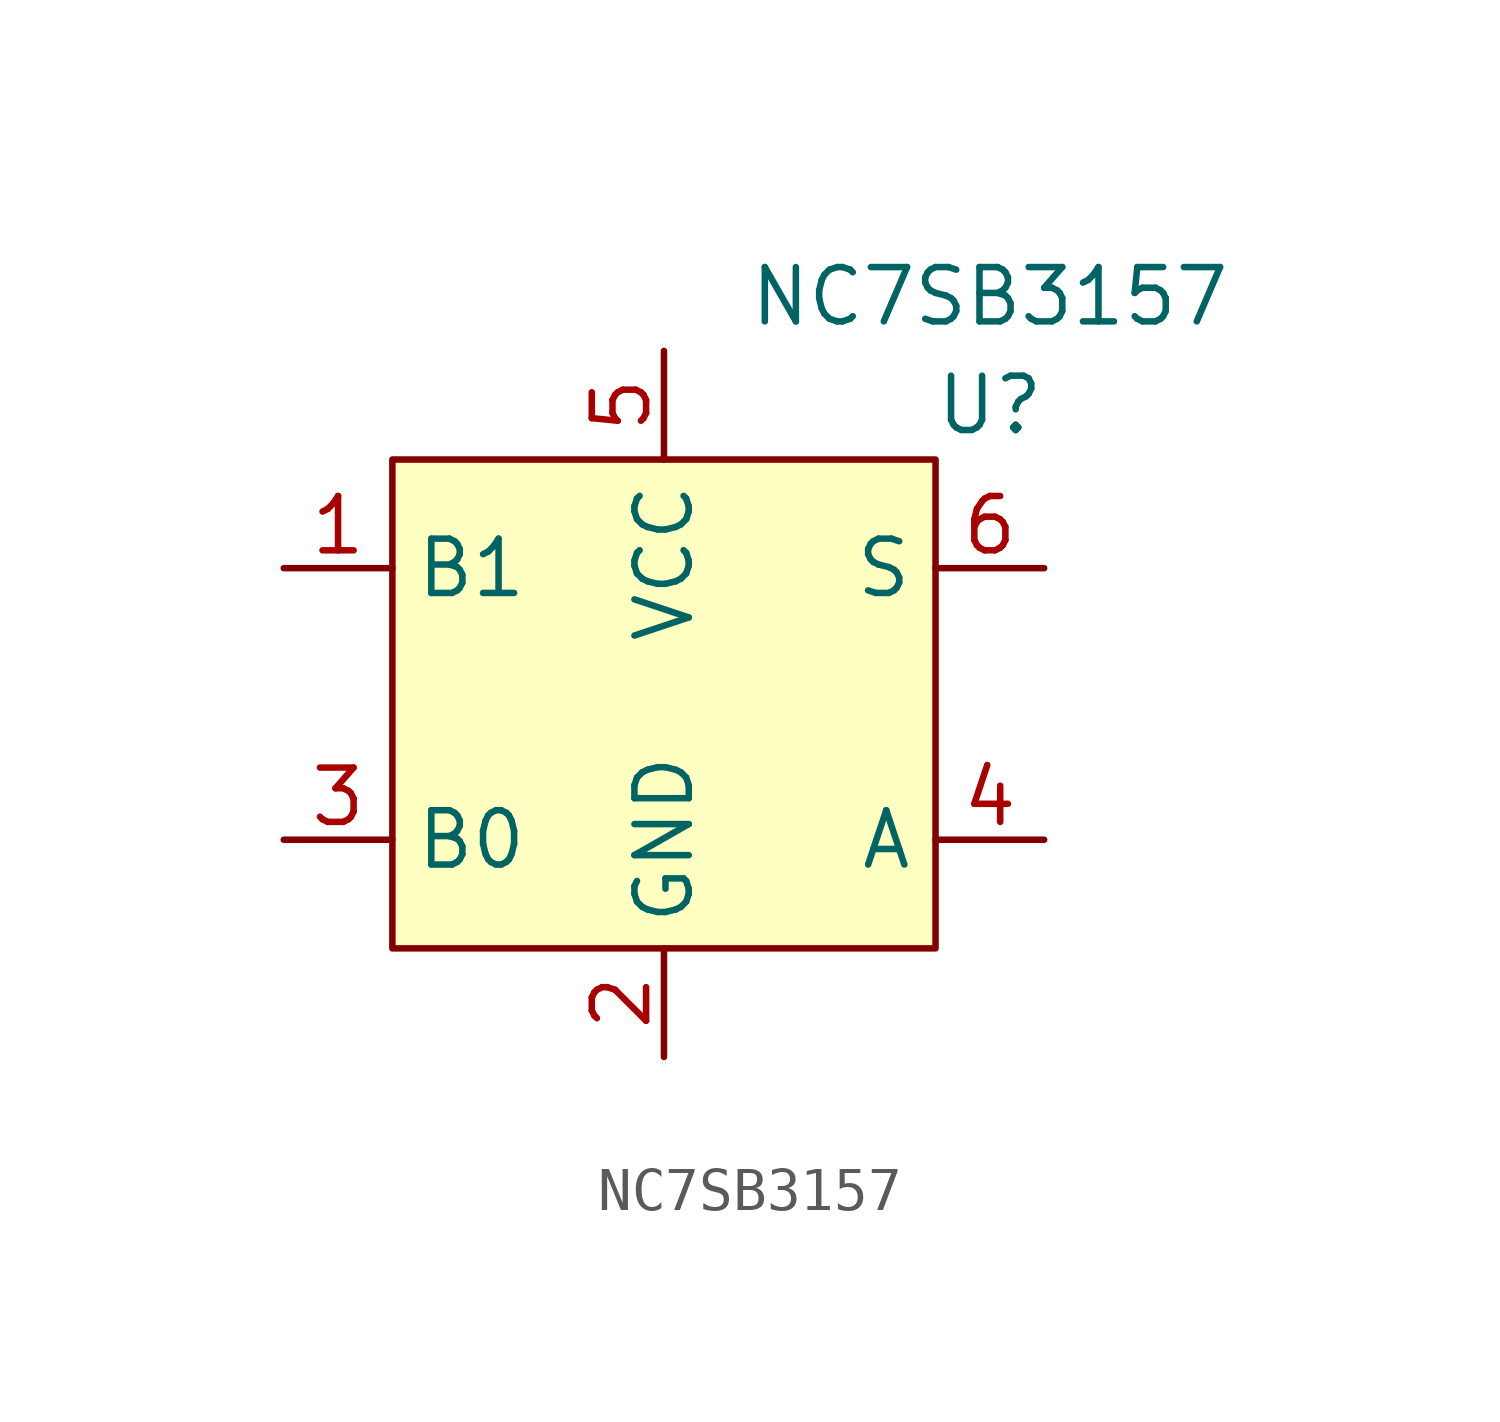
<source format=kicad_sym>
(kicad_symbol_lib
  (version 20211014)
  (generator kicad_symbol_editor)
  (symbol "NC7SB3157"
    (property "Reference" "U"
      (at 7.62 5.08 0)
      (effects (font (size 1.27 1.27))))
    (property "Value" "NC7SB3157"
      (at 7.62 7.62 0)
      (effects (font (size 1.27 1.27))))
    (symbol "NC7SB3157_0_1"
      (rectangle (start -6.35 3.81) (end 6.35 -7.62) (stroke (width 0) (type default) (color 0 0 0 0)) (fill (type background))))
    (symbol "NC7SB3157_1_1"
      (pin input line (at -8.89 1.27 0) (length 2.54) (name "B1" (effects (font (size 1.27 1.27)))) (number "1" (effects (font (size 1.27 1.27)))))
      (pin power_in line (at 0 -10.16 90) (length 2.54) (name "GND" (effects (font (size 1.27 1.27)))) (number "2" (effects (font (size 1.27 1.27)))))
      (pin input line (at -8.89 -5.08 0) (length 2.54) (name "B0" (effects (font (size 1.27 1.27)))) (number "3" (effects (font (size 1.27 1.27)))))
      (pin output line (at 8.89 -5.08 180) (length 2.54) (name "A" (effects (font (size 1.27 1.27)))) (number "4" (effects (font (size 1.27 1.27)))))
      (pin power_in line (at 0 6.35 270) (length 2.54) (name "VCC" (effects (font (size 1.27 1.27)))) (number "5" (effects (font (size 1.27 1.27)))))
      (pin input line (at 8.89 1.27 180) (length 2.54) (name "S" (effects (font (size 1.27 1.27)))) (number "6" (effects (font (size 1.27 1.27))))))))
</source>
